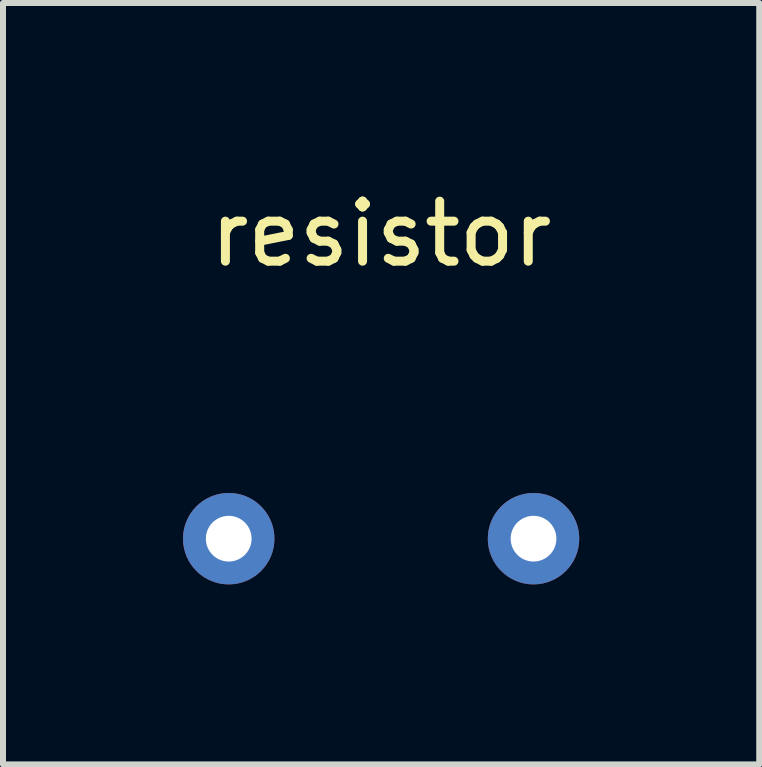
<source format=kicad_pcb>
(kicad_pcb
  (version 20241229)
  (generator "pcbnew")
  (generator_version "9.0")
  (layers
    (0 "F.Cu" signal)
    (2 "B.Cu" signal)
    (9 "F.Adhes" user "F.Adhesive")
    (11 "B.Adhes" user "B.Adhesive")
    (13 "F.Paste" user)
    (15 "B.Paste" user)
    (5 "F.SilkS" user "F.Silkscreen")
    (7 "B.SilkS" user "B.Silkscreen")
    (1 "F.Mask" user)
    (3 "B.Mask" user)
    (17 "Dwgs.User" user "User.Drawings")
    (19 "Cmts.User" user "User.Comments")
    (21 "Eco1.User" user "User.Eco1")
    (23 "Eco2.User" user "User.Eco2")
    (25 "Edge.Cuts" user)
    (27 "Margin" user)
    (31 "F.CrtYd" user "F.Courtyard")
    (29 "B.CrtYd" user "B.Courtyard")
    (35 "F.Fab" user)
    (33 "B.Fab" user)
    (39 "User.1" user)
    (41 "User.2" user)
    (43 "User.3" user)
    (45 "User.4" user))
  (footprint "resistor"
    (layer "F.Cu")
    (at 3.302 5.928)
    (property "Reference" "resistor" (at 0 -5.08 0) (layer "F.SilkS") (effects (font (size 1 1) (thickness 0.15))))
    (attr through_hole)
    (pad "1" thru_hole circle (at -2.54 0) (size 1.524 1.524) (drill 0.762) (layers "*.Cu" "*.Mask"))
    (pad "2" thru_hole circle (at 2.54 0) (size 1.524 1.524) (drill 0.762) (layers "*.Cu" "*.Mask")))
  (gr_rect
    (start -3 -3)
    (end 9.604 9.69)
    (stroke (width 0.1) (type default))
    (fill no)
    (layer "Edge.Cuts")))
</source>
